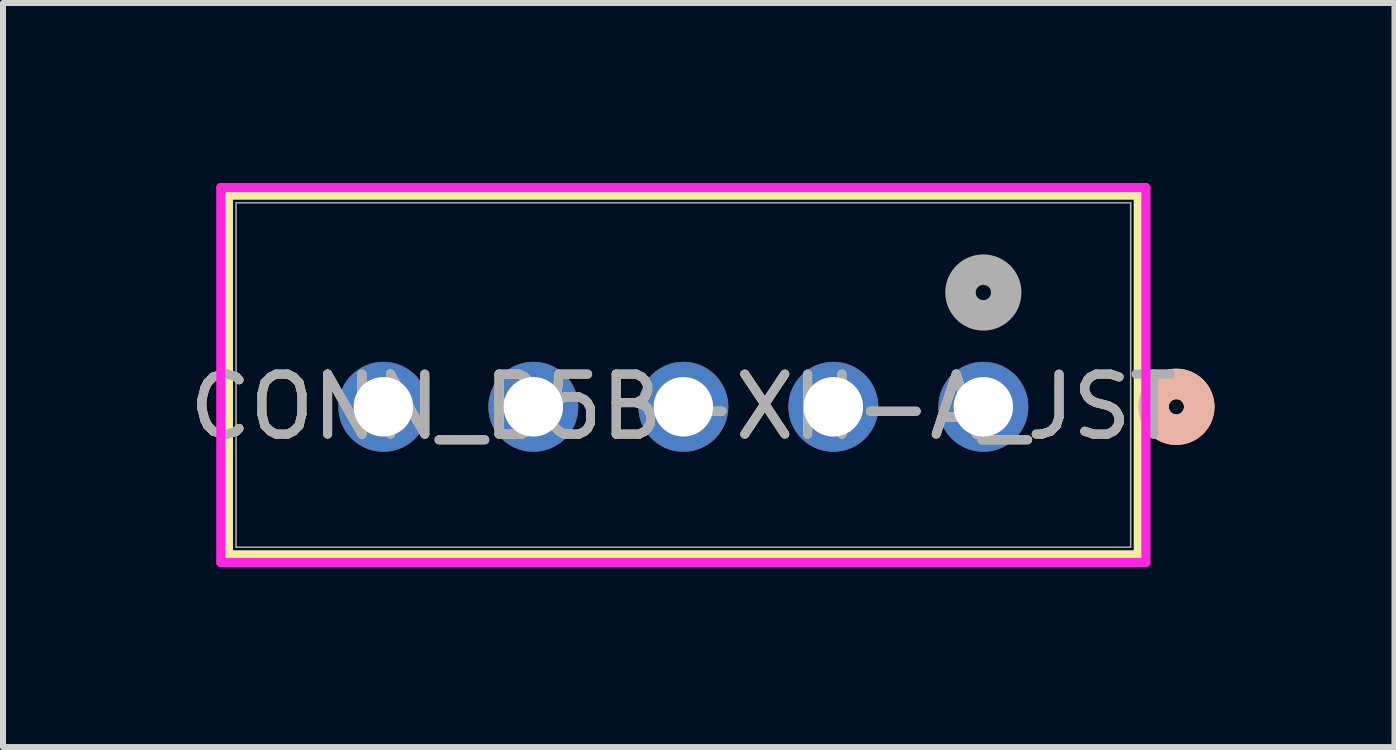
<source format=kicad_pcb>
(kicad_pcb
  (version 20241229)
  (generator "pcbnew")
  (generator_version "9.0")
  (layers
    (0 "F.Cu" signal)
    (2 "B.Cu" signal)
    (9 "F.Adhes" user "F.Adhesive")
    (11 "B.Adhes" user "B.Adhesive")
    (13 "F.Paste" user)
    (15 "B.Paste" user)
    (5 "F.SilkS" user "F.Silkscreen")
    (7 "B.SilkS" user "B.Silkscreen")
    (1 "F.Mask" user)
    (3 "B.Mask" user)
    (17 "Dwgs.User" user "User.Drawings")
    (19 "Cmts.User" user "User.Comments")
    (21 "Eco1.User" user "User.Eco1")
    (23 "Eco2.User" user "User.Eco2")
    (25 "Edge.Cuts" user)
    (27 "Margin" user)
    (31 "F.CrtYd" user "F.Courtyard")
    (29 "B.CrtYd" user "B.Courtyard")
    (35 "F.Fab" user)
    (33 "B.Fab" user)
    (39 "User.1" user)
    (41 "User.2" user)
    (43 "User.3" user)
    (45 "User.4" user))
  (footprint "CONN_B5B-XH-A_JST"
    (layer "F.Cu")
    (at 13.339 3.73)
    (property "Reference" "CONN_B5B-XH-A_JST" (at -5 0 0) (unlocked yes) (layer "F.SilkS") (effects (font (size 1 1) (thickness 0.15))))
    (attr through_hole)
    (fp_line (start -12.582 -3.527) (end -12.582 2.467) (stroke (width 0.152) (type solid)) (layer "F.SilkS"))
    (fp_line (start -12.582 2.467) (end 2.582 2.467) (stroke (width 0.152) (type solid)) (layer "F.SilkS"))
    (fp_line (start 2.582 -3.527) (end -12.582 -3.527) (stroke (width 0.152) (type solid)) (layer "F.SilkS"))
    (fp_line (start 2.582 2.467) (end 2.582 -3.527) (stroke (width 0.152) (type solid)) (layer "F.SilkS"))
    (fp_circle (center 3.217 0) (end 3.598 0) (stroke (width 0.508) (type solid)) (fill no) (layer "F.SilkS"))
    (fp_circle (center 3.217 0) (end 3.598 0) (stroke (width 0.508) (type solid)) (fill no) (layer "B.SilkS"))
    (fp_line (start -12.709 -3.654) (end -12.709 2.594) (stroke (width 0.152) (type solid)) (layer "F.CrtYd"))
    (fp_line (start -12.709 2.594) (end 2.709 2.594) (stroke (width 0.152) (type solid)) (layer "F.CrtYd"))
    (fp_line (start 2.709 -3.654) (end -12.709 -3.654) (stroke (width 0.152) (type solid)) (layer "F.CrtYd"))
    (fp_line (start 2.709 2.594) (end 2.709 -3.654) (stroke (width 0.152) (type solid)) (layer "F.CrtYd"))
    (fp_line (start -12.455 -3.4) (end -12.455 2.34) (stroke (width 0.025) (type solid)) (layer "F.Fab"))
    (fp_line (start -12.455 2.34) (end 2.455 2.34) (stroke (width 0.025) (type solid)) (layer "F.Fab"))
    (fp_line (start 2.455 -3.4) (end -12.455 -3.4) (stroke (width 0.025) (type solid)) (layer "F.Fab"))
    (fp_line (start 2.455 2.34) (end 2.455 -3.4) (stroke (width 0.025) (type solid)) (layer "F.Fab"))
    (fp_circle (center 0 -1.905) (end 0.381 -1.905) (stroke (width 0.508) (type solid)) (fill no) (layer "F.Fab"))
    (fp_text user "${REFERENCE}" (at -5 0 0) (unlocked yes) (layer "F.Fab") (effects (font (size 1 1) (thickness 0.15))))
    (pad "1" thru_hole circle (at 0 0) (size 1.499 1.499) (drill 0.991) (layers "*.Cu" "*.Mask"))
    (pad "2" thru_hole circle (at -2.5 0) (size 1.499 1.499) (drill 0.991) (layers "*.Cu" "*.Mask"))
    (pad "3" thru_hole circle (at -5 0) (size 1.499 1.499) (drill 0.991) (layers "*.Cu" "*.Mask"))
    (pad "4" thru_hole circle (at -7.5 0) (size 1.499 1.499) (drill 0.991) (layers "*.Cu" "*.Mask"))
    (pad "5" thru_hole circle (at -10 0) (size 1.499 1.499) (drill 0.991) (layers "*.Cu" "*.Mask")))
  (gr_rect
    (start -3 -3)
    (end 20.191 9.401)
    (stroke (width 0.1) (type default))
    (fill no)
    (layer "Edge.Cuts")))
</source>
